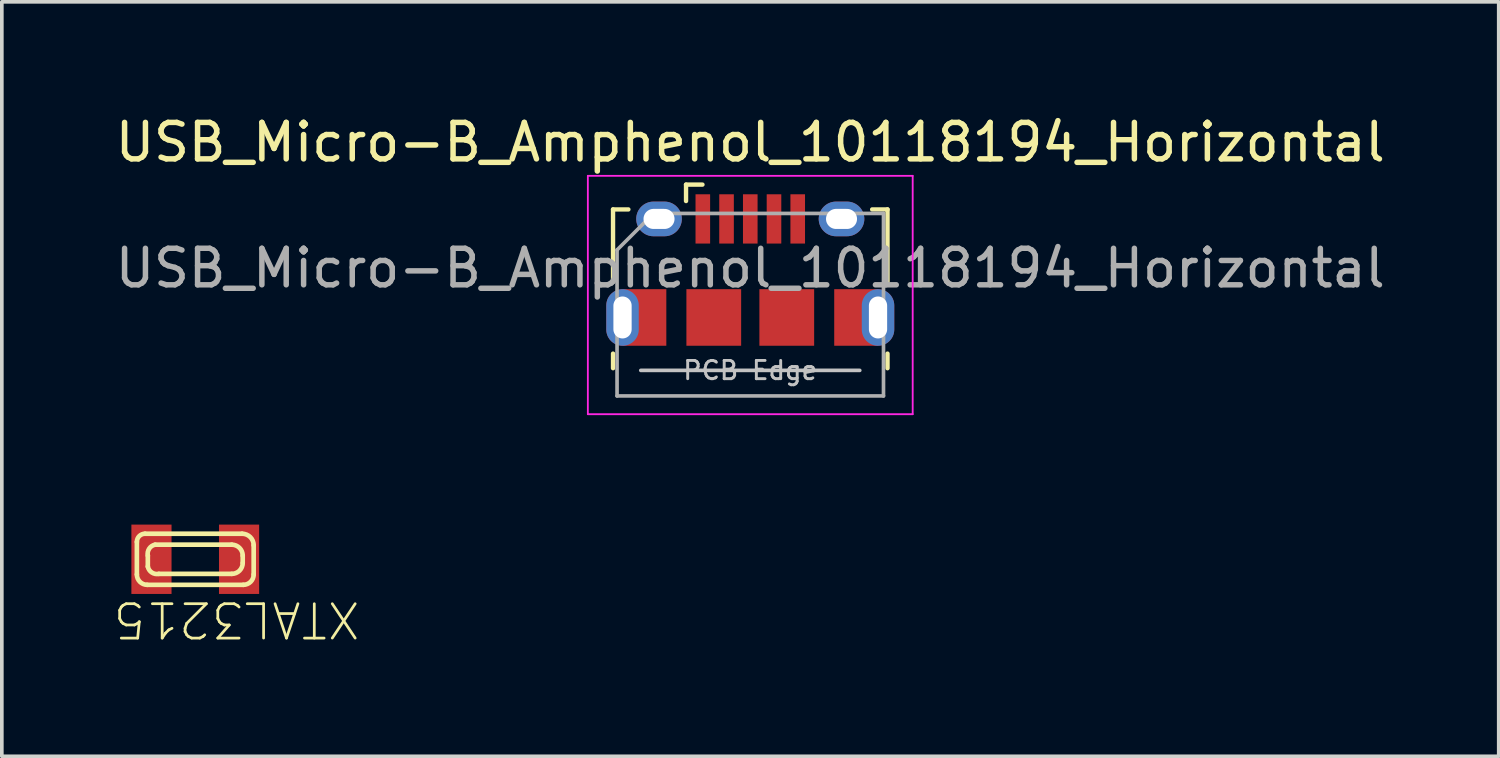
<source format=kicad_pcb>
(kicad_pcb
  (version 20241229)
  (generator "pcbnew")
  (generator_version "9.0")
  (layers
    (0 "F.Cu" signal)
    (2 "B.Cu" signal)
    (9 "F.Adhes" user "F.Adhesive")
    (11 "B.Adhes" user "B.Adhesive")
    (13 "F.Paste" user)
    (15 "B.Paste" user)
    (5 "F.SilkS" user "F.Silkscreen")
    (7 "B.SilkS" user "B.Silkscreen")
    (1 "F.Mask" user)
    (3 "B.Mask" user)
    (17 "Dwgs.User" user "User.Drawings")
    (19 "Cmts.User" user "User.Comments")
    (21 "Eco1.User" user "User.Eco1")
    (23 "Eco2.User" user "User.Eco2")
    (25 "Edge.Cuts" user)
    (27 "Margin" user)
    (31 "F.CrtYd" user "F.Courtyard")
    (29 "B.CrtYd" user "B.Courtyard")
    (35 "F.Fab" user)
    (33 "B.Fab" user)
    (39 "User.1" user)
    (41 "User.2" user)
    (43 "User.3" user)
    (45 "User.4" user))
  (footprint "XTAL3215"
    (layer "F.Cu")
    (at 2.3 12.273)
    (property "Reference" "XTAL3215" (at -2.3 2.2 180) (unlocked yes) (layer "F.SilkS") (effects (font (size 0.941 0.941) (thickness 0.075)) (justify right top)))
    (fp_line (start -1.6 0.417) (end -1.6 -0.476) (stroke (width 0.127) (type solid)) (layer "F.SilkS"))
    (fp_line (start -1.376 -0.7) (end 1.284 -0.7) (stroke (width 0.127) (type solid)) (layer "F.SilkS"))
    (fp_line (start -1.3 0.2) (end -1.3 -0.1) (stroke (width 0.127) (type solid)) (layer "F.SilkS"))
    (fp_line (start -1.1 -0.4) (end 1 -0.4) (stroke (width 0.127) (type solid)) (layer "F.SilkS"))
    (fp_line (start 1 0.4) (end -1 0.4) (stroke (width 0.127) (type solid)) (layer "F.SilkS"))
    (fp_line (start 1.3 -0.1) (end 1.3 0.1) (stroke (width 0.127) (type solid)) (layer "F.SilkS"))
    (fp_line (start 1.317 0.7) (end -1.317 0.7) (stroke (width 0.127) (type solid)) (layer "F.SilkS"))
    (fp_line (start 1.6 -0.384) (end 1.6 0.417) (stroke (width 0.127) (type solid)) (layer "F.SilkS"))
    (fp_arc (start -1.6 -0.4764) (mid -1.534509 -0.634509) (end -1.3764 -0.7) (stroke (width 0.127) (type solid)) (layer "F.SilkS"))
    (fp_arc (start -1.3172 0.7) (mid -1.51717 0.61717) (end -1.6 0.4172) (stroke (width 0.127) (type solid)) (layer "F.SilkS"))
    (fp_arc (start -1.3 -0.1) (mid -1.262161 -0.291441) (end -1.099999 -0.399999) (stroke (width 0.127) (type solid)) (layer "F.SilkS"))
    (fp_arc (start -1 0.4) (mid -1.191422 0.362132) (end -1.300001 0.199999) (stroke (width 0.127) (type solid)) (layer "F.SilkS"))
    (fp_arc (start 1 -0.4) (mid 1.212103 -0.312103) (end 1.3 -0.1) (stroke (width 0.127) (type solid)) (layer "F.SilkS"))
    (fp_arc (start 1.2838 -0.7) (mid 1.507387 -0.607387) (end 1.6 -0.3838) (stroke (width 0.127) (type solid)) (layer "F.SilkS"))
    (fp_arc (start 1.3 0.1) (mid 1.212132 0.312132) (end 0.999999 0.399999) (stroke (width 0.127) (type solid)) (layer "F.SilkS"))
    (fp_arc (start 1.6 0.4172) (mid 1.51717 0.61717) (end 1.3172 0.7) (stroke (width 0.127) (type solid)) (layer "F.SilkS"))
    (pad "P$1" smd rect (at 1.2 0) (size 1.1 1.9) (layers "F.Cu" "F.Mask" "F.Paste"))
    (pad "P$2" smd rect (at -1.2 0 180) (size 1.1 1.9) (layers "F.Cu" "F.Mask" "F.Paste")))
  (footprint "USB_Micro-B_Amphenol_10118194_Horizontal"
    (layer "F.Cu")
    (at 17.506 4.348)
    (property "Reference" "USB_Micro-B_Amphenol_10118194_Horizontal" (at 0 -3.5 180) (layer "F.SilkS") (effects (font (size 1 1) (thickness 0.15))))
    (attr smd)
    (fp_line (start -3.76 -1.66) (end -3.34 -1.66) (stroke (width 0.12) (type solid)) (layer "F.SilkS"))
    (fp_line (start -3.76 0.32) (end -3.76 -1.66) (stroke (width 0.12) (type solid)) (layer "F.SilkS"))
    (fp_line (start -3.76 2.69) (end -3.76 2.29) (stroke (width 0.12) (type solid)) (layer "F.SilkS"))
    (fp_line (start -1.76 -1.89) (end -1.76 -2.34) (stroke (width 0.12) (type solid)) (layer "F.SilkS"))
    (fp_line (start -1.31 -2.34) (end -1.76 -2.34) (stroke (width 0.12) (type solid)) (layer "F.SilkS"))
    (fp_line (start 3.76 -1.66) (end 3.34 -1.66) (stroke (width 0.12) (type solid)) (layer "F.SilkS"))
    (fp_line (start 3.76 0.32) (end 3.76 -1.66) (stroke (width 0.12) (type solid)) (layer "F.SilkS"))
    (fp_line (start 3.76 2.29) (end 3.76 2.69) (stroke (width 0.12) (type solid)) (layer "F.SilkS"))
    (fp_line (start 3 2.75) (end -3 2.75) (stroke (width 0.1) (type solid)) (layer "Dwgs.User"))
    (fp_line (start -4.45 -2.58) (end -4.45 3.95) (stroke (width 0.05) (type solid)) (layer "F.CrtYd"))
    (fp_line (start -4.45 -2.58) (end 4.45 -2.58) (stroke (width 0.05) (type solid)) (layer "F.CrtYd"))
    (fp_line (start -4.45 3.95) (end 4.45 3.95) (stroke (width 0.05) (type solid)) (layer "F.CrtYd"))
    (fp_line (start 4.45 -2.58) (end 4.45 3.95) (stroke (width 0.05) (type solid)) (layer "F.CrtYd"))
    (fp_line (start -3.65 -0.55) (end -2.65 -1.55) (stroke (width 0.1) (type solid)) (layer "F.Fab"))
    (fp_line (start -3.65 3.45) (end -3.65 -0.55) (stroke (width 0.1) (type solid)) (layer "F.Fab"))
    (fp_line (start -2.65 -1.55) (end 3.65 -1.55) (stroke (width 0.1) (type solid)) (layer "F.Fab"))
    (fp_line (start 3.65 -1.55) (end 3.65 3.45) (stroke (width 0.1) (type solid)) (layer "F.Fab"))
    (fp_line (start 3.65 3.45) (end -3.65 3.45) (stroke (width 0.1) (type solid)) (layer "F.Fab"))
    (fp_text user "PCB Edge" (at 0 2.75 180) (layer "Dwgs.User") (effects (font (size 0.5 0.5) (thickness 0.08))))
    (fp_text user "${REFERENCE}" (at 0 -0.05 180) (layer "F.Fab") (effects (font (size 1 1) (thickness 0.15))))
    (pad "" smd oval (at -3.5 1.3) (size 0.89 1.55) (layers "F.Paste"))
    (pad "" smd oval (at -2.5 -1.4) (size 1.25 0.95) (layers "F.Paste"))
    (pad "" smd oval (at 2.5 -1.4) (size 1.25 0.95) (layers "F.Paste"))
    (pad "" smd oval (at 3.5 1.3) (size 0.89 1.55) (layers "F.Paste"))
    (pad "1" smd rect (at -1.3 -1.4) (size 0.4 1.35) (layers "F.Cu" "F.Mask" "F.Paste"))
    (pad "2" smd rect (at -0.65 -1.4) (size 0.4 1.35) (layers "F.Cu" "F.Mask" "F.Paste"))
    (pad "3" smd rect (at 0 -1.4) (size 0.4 1.35) (layers "F.Cu" "F.Mask" "F.Paste"))
    (pad "4" smd rect (at 0.65 -1.4) (size 0.4 1.35) (layers "F.Cu" "F.Mask" "F.Paste"))
    (pad "5" smd rect (at 1.3 -1.4) (size 0.4 1.35) (layers "F.Cu" "F.Mask" "F.Paste"))
    (pad "6" thru_hole oval (at -3.5 1.3) (size 0.89 1.55) (drill oval 0.5 1.15) (layers "*.Cu" "*.Mask"))
    (pad "6" smd rect (at -2.9 1.3) (size 1.2 1.55) (layers "F.Cu" "F.Mask" "F.Paste"))
    (pad "6" thru_hole oval (at -2.5 -1.4) (size 1.25 0.95) (drill oval 0.85 0.55) (layers "*.Cu" "*.Mask"))
    (pad "6" smd rect (at -1 1.3) (size 1.5 1.55) (layers "F.Cu" "F.Mask" "F.Paste"))
    (pad "6" smd rect (at 1 1.3) (size 1.5 1.55) (layers "F.Cu" "F.Mask" "F.Paste"))
    (pad "6" thru_hole oval (at 2.5 -1.4) (size 1.25 0.95) (drill oval 0.85 0.55) (layers "*.Cu" "*.Mask"))
    (pad "6" smd rect (at 2.9 1.3) (size 1.2 1.55) (layers "F.Cu" "F.Mask" "F.Paste"))
    (pad "6" thru_hole oval (at 3.5 1.3) (size 0.89 1.55) (drill oval 0.5 1.15) (layers "*.Cu" "*.Mask")))
  (gr_rect
    (start -3 -3)
    (end 38.012 17.671)
    (stroke (width 0.1) (type default))
    (fill no)
    (layer "Edge.Cuts")))
</source>
